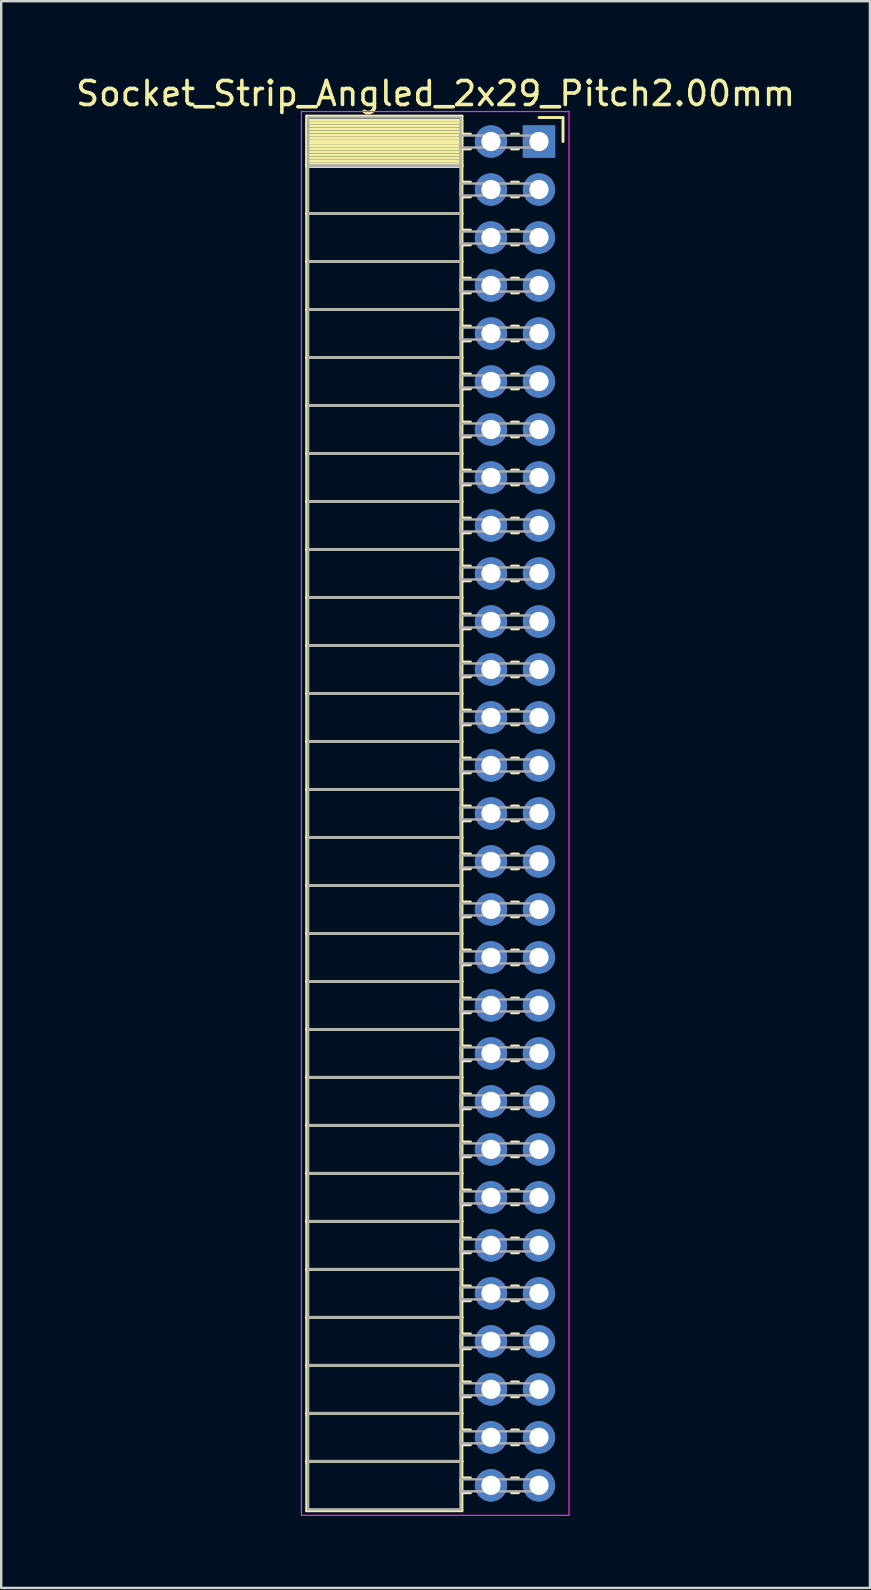
<source format=kicad_pcb>
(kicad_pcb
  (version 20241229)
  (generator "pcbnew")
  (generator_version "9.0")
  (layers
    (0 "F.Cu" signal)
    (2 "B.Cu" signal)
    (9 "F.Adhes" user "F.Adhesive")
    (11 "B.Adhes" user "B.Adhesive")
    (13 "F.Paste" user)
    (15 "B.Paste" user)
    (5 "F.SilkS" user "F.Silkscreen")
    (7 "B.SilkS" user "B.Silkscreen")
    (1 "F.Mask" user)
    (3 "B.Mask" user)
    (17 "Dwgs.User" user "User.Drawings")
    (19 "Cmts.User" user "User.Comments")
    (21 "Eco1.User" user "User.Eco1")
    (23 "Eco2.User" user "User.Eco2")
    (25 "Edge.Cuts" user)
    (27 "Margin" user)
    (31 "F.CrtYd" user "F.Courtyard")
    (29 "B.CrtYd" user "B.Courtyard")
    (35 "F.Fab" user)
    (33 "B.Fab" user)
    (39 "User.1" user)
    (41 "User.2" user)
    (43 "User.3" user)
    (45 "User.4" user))
  (footprint "Socket_Strip_Angled_2x29_Pitch2.00mm"
    (layer "F.Cu")
    (at 19.411 2.848)
    (property "Reference" "Socket_Strip_Angled_2x29_Pitch2.00mm" (at -4.31 -2 0) (layer "F.SilkS") (effects (font (size 1 1) (thickness 0.15))))
    (attr through_hole)
    (fp_line (start -9.68 -1.06) (end -3.21 -1.06) (stroke (width 0.12) (type solid)) (layer "F.SilkS"))
    (fp_line (start -9.68 1) (end -9.68 -1.06) (stroke (width 0.12) (type solid)) (layer "F.SilkS"))
    (fp_line (start -9.68 1) (end -3.21 1) (stroke (width 0.12) (type solid)) (layer "F.SilkS"))
    (fp_line (start -9.68 3) (end -9.68 1) (stroke (width 0.12) (type solid)) (layer "F.SilkS"))
    (fp_line (start -9.68 3) (end -3.21 3) (stroke (width 0.12) (type solid)) (layer "F.SilkS"))
    (fp_line (start -9.68 5) (end -9.68 3) (stroke (width 0.12) (type solid)) (layer "F.SilkS"))
    (fp_line (start -9.68 5) (end -3.21 5) (stroke (width 0.12) (type solid)) (layer "F.SilkS"))
    (fp_line (start -9.68 7) (end -9.68 5) (stroke (width 0.12) (type solid)) (layer "F.SilkS"))
    (fp_line (start -9.68 7) (end -3.21 7) (stroke (width 0.12) (type solid)) (layer "F.SilkS"))
    (fp_line (start -9.68 9) (end -9.68 7) (stroke (width 0.12) (type solid)) (layer "F.SilkS"))
    (fp_line (start -9.68 9) (end -3.21 9) (stroke (width 0.12) (type solid)) (layer "F.SilkS"))
    (fp_line (start -9.68 11) (end -9.68 9) (stroke (width 0.12) (type solid)) (layer "F.SilkS"))
    (fp_line (start -9.68 11) (end -3.21 11) (stroke (width 0.12) (type solid)) (layer "F.SilkS"))
    (fp_line (start -9.68 13) (end -9.68 11) (stroke (width 0.12) (type solid)) (layer "F.SilkS"))
    (fp_line (start -9.68 13) (end -3.21 13) (stroke (width 0.12) (type solid)) (layer "F.SilkS"))
    (fp_line (start -9.68 15) (end -9.68 13) (stroke (width 0.12) (type solid)) (layer "F.SilkS"))
    (fp_line (start -9.68 15) (end -3.21 15) (stroke (width 0.12) (type solid)) (layer "F.SilkS"))
    (fp_line (start -9.68 17) (end -9.68 15) (stroke (width 0.12) (type solid)) (layer "F.SilkS"))
    (fp_line (start -9.68 17) (end -3.21 17) (stroke (width 0.12) (type solid)) (layer "F.SilkS"))
    (fp_line (start -9.68 19) (end -9.68 17) (stroke (width 0.12) (type solid)) (layer "F.SilkS"))
    (fp_line (start -9.68 19) (end -3.21 19) (stroke (width 0.12) (type solid)) (layer "F.SilkS"))
    (fp_line (start -9.68 21) (end -9.68 19) (stroke (width 0.12) (type solid)) (layer "F.SilkS"))
    (fp_line (start -9.68 21) (end -3.21 21) (stroke (width 0.12) (type solid)) (layer "F.SilkS"))
    (fp_line (start -9.68 23) (end -9.68 21) (stroke (width 0.12) (type solid)) (layer "F.SilkS"))
    (fp_line (start -9.68 23) (end -3.21 23) (stroke (width 0.12) (type solid)) (layer "F.SilkS"))
    (fp_line (start -9.68 25) (end -9.68 23) (stroke (width 0.12) (type solid)) (layer "F.SilkS"))
    (fp_line (start -9.68 25) (end -3.21 25) (stroke (width 0.12) (type solid)) (layer "F.SilkS"))
    (fp_line (start -9.68 27) (end -9.68 25) (stroke (width 0.12) (type solid)) (layer "F.SilkS"))
    (fp_line (start -9.68 27) (end -3.21 27) (stroke (width 0.12) (type solid)) (layer "F.SilkS"))
    (fp_line (start -9.68 29) (end -9.68 27) (stroke (width 0.12) (type solid)) (layer "F.SilkS"))
    (fp_line (start -9.68 29) (end -3.21 29) (stroke (width 0.12) (type solid)) (layer "F.SilkS"))
    (fp_line (start -9.68 31) (end -9.68 29) (stroke (width 0.12) (type solid)) (layer "F.SilkS"))
    (fp_line (start -9.68 31) (end -3.21 31) (stroke (width 0.12) (type solid)) (layer "F.SilkS"))
    (fp_line (start -9.68 33) (end -9.68 31) (stroke (width 0.12) (type solid)) (layer "F.SilkS"))
    (fp_line (start -9.68 33) (end -3.21 33) (stroke (width 0.12) (type solid)) (layer "F.SilkS"))
    (fp_line (start -9.68 35) (end -9.68 33) (stroke (width 0.12) (type solid)) (layer "F.SilkS"))
    (fp_line (start -9.68 35) (end -3.21 35) (stroke (width 0.12) (type solid)) (layer "F.SilkS"))
    (fp_line (start -9.68 37) (end -9.68 35) (stroke (width 0.12) (type solid)) (layer "F.SilkS"))
    (fp_line (start -9.68 37) (end -3.21 37) (stroke (width 0.12) (type solid)) (layer "F.SilkS"))
    (fp_line (start -9.68 39) (end -9.68 37) (stroke (width 0.12) (type solid)) (layer "F.SilkS"))
    (fp_line (start -9.68 39) (end -3.21 39) (stroke (width 0.12) (type solid)) (layer "F.SilkS"))
    (fp_line (start -9.68 41) (end -9.68 39) (stroke (width 0.12) (type solid)) (layer "F.SilkS"))
    (fp_line (start -9.68 41) (end -3.21 41) (stroke (width 0.12) (type solid)) (layer "F.SilkS"))
    (fp_line (start -9.68 43) (end -9.68 41) (stroke (width 0.12) (type solid)) (layer "F.SilkS"))
    (fp_line (start -9.68 43) (end -3.21 43) (stroke (width 0.12) (type solid)) (layer "F.SilkS"))
    (fp_line (start -9.68 45) (end -9.68 43) (stroke (width 0.12) (type solid)) (layer "F.SilkS"))
    (fp_line (start -9.68 45) (end -3.21 45) (stroke (width 0.12) (type solid)) (layer "F.SilkS"))
    (fp_line (start -9.68 47) (end -9.68 45) (stroke (width 0.12) (type solid)) (layer "F.SilkS"))
    (fp_line (start -9.68 47) (end -3.21 47) (stroke (width 0.12) (type solid)) (layer "F.SilkS"))
    (fp_line (start -9.68 49) (end -9.68 47) (stroke (width 0.12) (type solid)) (layer "F.SilkS"))
    (fp_line (start -9.68 49) (end -3.21 49) (stroke (width 0.12) (type solid)) (layer "F.SilkS"))
    (fp_line (start -9.68 51) (end -9.68 49) (stroke (width 0.12) (type solid)) (layer "F.SilkS"))
    (fp_line (start -9.68 51) (end -3.21 51) (stroke (width 0.12) (type solid)) (layer "F.SilkS"))
    (fp_line (start -9.68 53) (end -9.68 51) (stroke (width 0.12) (type solid)) (layer "F.SilkS"))
    (fp_line (start -9.68 53) (end -3.21 53) (stroke (width 0.12) (type solid)) (layer "F.SilkS"))
    (fp_line (start -9.68 55) (end -9.68 53) (stroke (width 0.12) (type solid)) (layer "F.SilkS"))
    (fp_line (start -9.68 55) (end -3.21 55) (stroke (width 0.12) (type solid)) (layer "F.SilkS"))
    (fp_line (start -9.68 57.06) (end -9.68 55) (stroke (width 0.12) (type solid)) (layer "F.SilkS"))
    (fp_line (start -3.21 -1.06) (end -3.21 1) (stroke (width 0.12) (type solid)) (layer "F.SilkS"))
    (fp_line (start -3.21 -0.88) (end -9.68 -0.88) (stroke (width 0.12) (type solid)) (layer "F.SilkS"))
    (fp_line (start -3.21 -0.76) (end -9.68 -0.76) (stroke (width 0.12) (type solid)) (layer "F.SilkS"))
    (fp_line (start -3.21 -0.64) (end -9.68 -0.64) (stroke (width 0.12) (type solid)) (layer "F.SilkS"))
    (fp_line (start -3.21 -0.52) (end -9.68 -0.52) (stroke (width 0.12) (type solid)) (layer "F.SilkS"))
    (fp_line (start -3.21 -0.4) (end -9.68 -0.4) (stroke (width 0.12) (type solid)) (layer "F.SilkS"))
    (fp_line (start -3.21 -0.28) (end -9.68 -0.28) (stroke (width 0.12) (type solid)) (layer "F.SilkS"))
    (fp_line (start -3.21 -0.16) (end -9.68 -0.16) (stroke (width 0.12) (type solid)) (layer "F.SilkS"))
    (fp_line (start -3.21 -0.04) (end -9.68 -0.04) (stroke (width 0.12) (type solid)) (layer "F.SilkS"))
    (fp_line (start -3.21 0.08) (end -9.68 0.08) (stroke (width 0.12) (type solid)) (layer "F.SilkS"))
    (fp_line (start -3.21 0.2) (end -9.68 0.2) (stroke (width 0.12) (type solid)) (layer "F.SilkS"))
    (fp_line (start -3.21 0.32) (end -9.68 0.32) (stroke (width 0.12) (type solid)) (layer "F.SilkS"))
    (fp_line (start -3.21 0.44) (end -9.68 0.44) (stroke (width 0.12) (type solid)) (layer "F.SilkS"))
    (fp_line (start -3.21 0.56) (end -9.68 0.56) (stroke (width 0.12) (type solid)) (layer "F.SilkS"))
    (fp_line (start -3.21 0.68) (end -9.68 0.68) (stroke (width 0.12) (type solid)) (layer "F.SilkS"))
    (fp_line (start -3.21 0.8) (end -9.68 0.8) (stroke (width 0.12) (type solid)) (layer "F.SilkS"))
    (fp_line (start -3.21 0.92) (end -9.68 0.92) (stroke (width 0.12) (type solid)) (layer "F.SilkS"))
    (fp_line (start -3.21 1) (end -9.68 1) (stroke (width 0.12) (type solid)) (layer "F.SilkS"))
    (fp_line (start -3.21 1) (end -3.21 3) (stroke (width 0.12) (type solid)) (layer "F.SilkS"))
    (fp_line (start -3.21 1.04) (end -9.68 1.04) (stroke (width 0.12) (type solid)) (layer "F.SilkS"))
    (fp_line (start -3.21 3) (end -9.68 3) (stroke (width 0.12) (type solid)) (layer "F.SilkS"))
    (fp_line (start -3.21 3) (end -3.21 5) (stroke (width 0.12) (type solid)) (layer "F.SilkS"))
    (fp_line (start -3.21 5) (end -9.68 5) (stroke (width 0.12) (type solid)) (layer "F.SilkS"))
    (fp_line (start -3.21 5) (end -3.21 7) (stroke (width 0.12) (type solid)) (layer "F.SilkS"))
    (fp_line (start -3.21 7) (end -9.68 7) (stroke (width 0.12) (type solid)) (layer "F.SilkS"))
    (fp_line (start -3.21 7) (end -3.21 9) (stroke (width 0.12) (type solid)) (layer "F.SilkS"))
    (fp_line (start -3.21 9) (end -9.68 9) (stroke (width 0.12) (type solid)) (layer "F.SilkS"))
    (fp_line (start -3.21 9) (end -3.21 11) (stroke (width 0.12) (type solid)) (layer "F.SilkS"))
    (fp_line (start -3.21 11) (end -9.68 11) (stroke (width 0.12) (type solid)) (layer "F.SilkS"))
    (fp_line (start -3.21 11) (end -3.21 13) (stroke (width 0.12) (type solid)) (layer "F.SilkS"))
    (fp_line (start -3.21 13) (end -9.68 13) (stroke (width 0.12) (type solid)) (layer "F.SilkS"))
    (fp_line (start -3.21 13) (end -3.21 15) (stroke (width 0.12) (type solid)) (layer "F.SilkS"))
    (fp_line (start -3.21 15) (end -9.68 15) (stroke (width 0.12) (type solid)) (layer "F.SilkS"))
    (fp_line (start -3.21 15) (end -3.21 17) (stroke (width 0.12) (type solid)) (layer "F.SilkS"))
    (fp_line (start -3.21 17) (end -9.68 17) (stroke (width 0.12) (type solid)) (layer "F.SilkS"))
    (fp_line (start -3.21 17) (end -3.21 19) (stroke (width 0.12) (type solid)) (layer "F.SilkS"))
    (fp_line (start -3.21 19) (end -9.68 19) (stroke (width 0.12) (type solid)) (layer "F.SilkS"))
    (fp_line (start -3.21 19) (end -3.21 21) (stroke (width 0.12) (type solid)) (layer "F.SilkS"))
    (fp_line (start -3.21 21) (end -9.68 21) (stroke (width 0.12) (type solid)) (layer "F.SilkS"))
    (fp_line (start -3.21 21) (end -3.21 23) (stroke (width 0.12) (type solid)) (layer "F.SilkS"))
    (fp_line (start -3.21 23) (end -9.68 23) (stroke (width 0.12) (type solid)) (layer "F.SilkS"))
    (fp_line (start -3.21 23) (end -3.21 25) (stroke (width 0.12) (type solid)) (layer "F.SilkS"))
    (fp_line (start -3.21 25) (end -9.68 25) (stroke (width 0.12) (type solid)) (layer "F.SilkS"))
    (fp_line (start -3.21 25) (end -3.21 27) (stroke (width 0.12) (type solid)) (layer "F.SilkS"))
    (fp_line (start -3.21 27) (end -9.68 27) (stroke (width 0.12) (type solid)) (layer "F.SilkS"))
    (fp_line (start -3.21 27) (end -3.21 29) (stroke (width 0.12) (type solid)) (layer "F.SilkS"))
    (fp_line (start -3.21 29) (end -9.68 29) (stroke (width 0.12) (type solid)) (layer "F.SilkS"))
    (fp_line (start -3.21 29) (end -3.21 31) (stroke (width 0.12) (type solid)) (layer "F.SilkS"))
    (fp_line (start -3.21 31) (end -9.68 31) (stroke (width 0.12) (type solid)) (layer "F.SilkS"))
    (fp_line (start -3.21 31) (end -3.21 33) (stroke (width 0.12) (type solid)) (layer "F.SilkS"))
    (fp_line (start -3.21 33) (end -9.68 33) (stroke (width 0.12) (type solid)) (layer "F.SilkS"))
    (fp_line (start -3.21 33) (end -3.21 35) (stroke (width 0.12) (type solid)) (layer "F.SilkS"))
    (fp_line (start -3.21 35) (end -9.68 35) (stroke (width 0.12) (type solid)) (layer "F.SilkS"))
    (fp_line (start -3.21 35) (end -3.21 37) (stroke (width 0.12) (type solid)) (layer "F.SilkS"))
    (fp_line (start -3.21 37) (end -9.68 37) (stroke (width 0.12) (type solid)) (layer "F.SilkS"))
    (fp_line (start -3.21 37) (end -3.21 39) (stroke (width 0.12) (type solid)) (layer "F.SilkS"))
    (fp_line (start -3.21 39) (end -9.68 39) (stroke (width 0.12) (type solid)) (layer "F.SilkS"))
    (fp_line (start -3.21 39) (end -3.21 41) (stroke (width 0.12) (type solid)) (layer "F.SilkS"))
    (fp_line (start -3.21 41) (end -9.68 41) (stroke (width 0.12) (type solid)) (layer "F.SilkS"))
    (fp_line (start -3.21 41) (end -3.21 43) (stroke (width 0.12) (type solid)) (layer "F.SilkS"))
    (fp_line (start -3.21 43) (end -9.68 43) (stroke (width 0.12) (type solid)) (layer "F.SilkS"))
    (fp_line (start -3.21 43) (end -3.21 45) (stroke (width 0.12) (type solid)) (layer "F.SilkS"))
    (fp_line (start -3.21 45) (end -9.68 45) (stroke (width 0.12) (type solid)) (layer "F.SilkS"))
    (fp_line (start -3.21 45) (end -3.21 47) (stroke (width 0.12) (type solid)) (layer "F.SilkS"))
    (fp_line (start -3.21 47) (end -9.68 47) (stroke (width 0.12) (type solid)) (layer "F.SilkS"))
    (fp_line (start -3.21 47) (end -3.21 49) (stroke (width 0.12) (type solid)) (layer "F.SilkS"))
    (fp_line (start -3.21 49) (end -9.68 49) (stroke (width 0.12) (type solid)) (layer "F.SilkS"))
    (fp_line (start -3.21 49) (end -3.21 51) (stroke (width 0.12) (type solid)) (layer "F.SilkS"))
    (fp_line (start -3.21 51) (end -9.68 51) (stroke (width 0.12) (type solid)) (layer "F.SilkS"))
    (fp_line (start -3.21 51) (end -3.21 53) (stroke (width 0.12) (type solid)) (layer "F.SilkS"))
    (fp_line (start -3.21 53) (end -9.68 53) (stroke (width 0.12) (type solid)) (layer "F.SilkS"))
    (fp_line (start -3.21 53) (end -3.21 55) (stroke (width 0.12) (type solid)) (layer "F.SilkS"))
    (fp_line (start -3.21 55) (end -9.68 55) (stroke (width 0.12) (type solid)) (layer "F.SilkS"))
    (fp_line (start -3.21 55) (end -3.21 57.06) (stroke (width 0.12) (type solid)) (layer "F.SilkS"))
    (fp_line (start -3.21 57.06) (end -9.68 57.06) (stroke (width 0.12) (type solid)) (layer "F.SilkS"))
    (fp_line (start -2.855 -0.31) (end -3.21 -0.31) (stroke (width 0.12) (type solid)) (layer "F.SilkS"))
    (fp_line (start -2.855 0.31) (end -3.21 0.31) (stroke (width 0.12) (type solid)) (layer "F.SilkS"))
    (fp_line (start -2.855 1.69) (end -3.21 1.69) (stroke (width 0.12) (type solid)) (layer "F.SilkS"))
    (fp_line (start -2.855 2.31) (end -3.21 2.31) (stroke (width 0.12) (type solid)) (layer "F.SilkS"))
    (fp_line (start -2.855 3.69) (end -3.21 3.69) (stroke (width 0.12) (type solid)) (layer "F.SilkS"))
    (fp_line (start -2.855 4.31) (end -3.21 4.31) (stroke (width 0.12) (type solid)) (layer "F.SilkS"))
    (fp_line (start -2.855 5.69) (end -3.21 5.69) (stroke (width 0.12) (type solid)) (layer "F.SilkS"))
    (fp_line (start -2.855 6.31) (end -3.21 6.31) (stroke (width 0.12) (type solid)) (layer "F.SilkS"))
    (fp_line (start -2.855 7.69) (end -3.21 7.69) (stroke (width 0.12) (type solid)) (layer "F.SilkS"))
    (fp_line (start -2.855 8.31) (end -3.21 8.31) (stroke (width 0.12) (type solid)) (layer "F.SilkS"))
    (fp_line (start -2.855 9.69) (end -3.21 9.69) (stroke (width 0.12) (type solid)) (layer "F.SilkS"))
    (fp_line (start -2.855 10.31) (end -3.21 10.31) (stroke (width 0.12) (type solid)) (layer "F.SilkS"))
    (fp_line (start -2.855 11.69) (end -3.21 11.69) (stroke (width 0.12) (type solid)) (layer "F.SilkS"))
    (fp_line (start -2.855 12.31) (end -3.21 12.31) (stroke (width 0.12) (type solid)) (layer "F.SilkS"))
    (fp_line (start -2.855 13.69) (end -3.21 13.69) (stroke (width 0.12) (type solid)) (layer "F.SilkS"))
    (fp_line (start -2.855 14.31) (end -3.21 14.31) (stroke (width 0.12) (type solid)) (layer "F.SilkS"))
    (fp_line (start -2.855 15.69) (end -3.21 15.69) (stroke (width 0.12) (type solid)) (layer "F.SilkS"))
    (fp_line (start -2.855 16.31) (end -3.21 16.31) (stroke (width 0.12) (type solid)) (layer "F.SilkS"))
    (fp_line (start -2.855 17.69) (end -3.21 17.69) (stroke (width 0.12) (type solid)) (layer "F.SilkS"))
    (fp_line (start -2.855 18.31) (end -3.21 18.31) (stroke (width 0.12) (type solid)) (layer "F.SilkS"))
    (fp_line (start -2.855 19.69) (end -3.21 19.69) (stroke (width 0.12) (type solid)) (layer "F.SilkS"))
    (fp_line (start -2.855 20.31) (end -3.21 20.31) (stroke (width 0.12) (type solid)) (layer "F.SilkS"))
    (fp_line (start -2.855 21.69) (end -3.21 21.69) (stroke (width 0.12) (type solid)) (layer "F.SilkS"))
    (fp_line (start -2.855 22.31) (end -3.21 22.31) (stroke (width 0.12) (type solid)) (layer "F.SilkS"))
    (fp_line (start -2.855 23.69) (end -3.21 23.69) (stroke (width 0.12) (type solid)) (layer "F.SilkS"))
    (fp_line (start -2.855 24.31) (end -3.21 24.31) (stroke (width 0.12) (type solid)) (layer "F.SilkS"))
    (fp_line (start -2.855 25.69) (end -3.21 25.69) (stroke (width 0.12) (type solid)) (layer "F.SilkS"))
    (fp_line (start -2.855 26.31) (end -3.21 26.31) (stroke (width 0.12) (type solid)) (layer "F.SilkS"))
    (fp_line (start -2.855 27.69) (end -3.21 27.69) (stroke (width 0.12) (type solid)) (layer "F.SilkS"))
    (fp_line (start -2.855 28.31) (end -3.21 28.31) (stroke (width 0.12) (type solid)) (layer "F.SilkS"))
    (fp_line (start -2.855 29.69) (end -3.21 29.69) (stroke (width 0.12) (type solid)) (layer "F.SilkS"))
    (fp_line (start -2.855 30.31) (end -3.21 30.31) (stroke (width 0.12) (type solid)) (layer "F.SilkS"))
    (fp_line (start -2.855 31.69) (end -3.21 31.69) (stroke (width 0.12) (type solid)) (layer "F.SilkS"))
    (fp_line (start -2.855 32.31) (end -3.21 32.31) (stroke (width 0.12) (type solid)) (layer "F.SilkS"))
    (fp_line (start -2.855 33.69) (end -3.21 33.69) (stroke (width 0.12) (type solid)) (layer "F.SilkS"))
    (fp_line (start -2.855 34.31) (end -3.21 34.31) (stroke (width 0.12) (type solid)) (layer "F.SilkS"))
    (fp_line (start -2.855 35.69) (end -3.21 35.69) (stroke (width 0.12) (type solid)) (layer "F.SilkS"))
    (fp_line (start -2.855 36.31) (end -3.21 36.31) (stroke (width 0.12) (type solid)) (layer "F.SilkS"))
    (fp_line (start -2.855 37.69) (end -3.21 37.69) (stroke (width 0.12) (type solid)) (layer "F.SilkS"))
    (fp_line (start -2.855 38.31) (end -3.21 38.31) (stroke (width 0.12) (type solid)) (layer "F.SilkS"))
    (fp_line (start -2.855 39.69) (end -3.21 39.69) (stroke (width 0.12) (type solid)) (layer "F.SilkS"))
    (fp_line (start -2.855 40.31) (end -3.21 40.31) (stroke (width 0.12) (type solid)) (layer "F.SilkS"))
    (fp_line (start -2.855 41.69) (end -3.21 41.69) (stroke (width 0.12) (type solid)) (layer "F.SilkS"))
    (fp_line (start -2.855 42.31) (end -3.21 42.31) (stroke (width 0.12) (type solid)) (layer "F.SilkS"))
    (fp_line (start -2.855 43.69) (end -3.21 43.69) (stroke (width 0.12) (type solid)) (layer "F.SilkS"))
    (fp_line (start -2.855 44.31) (end -3.21 44.31) (stroke (width 0.12) (type solid)) (layer "F.SilkS"))
    (fp_line (start -2.855 45.69) (end -3.21 45.69) (stroke (width 0.12) (type solid)) (layer "F.SilkS"))
    (fp_line (start -2.855 46.31) (end -3.21 46.31) (stroke (width 0.12) (type solid)) (layer "F.SilkS"))
    (fp_line (start -2.855 47.69) (end -3.21 47.69) (stroke (width 0.12) (type solid)) (layer "F.SilkS"))
    (fp_line (start -2.855 48.31) (end -3.21 48.31) (stroke (width 0.12) (type solid)) (layer "F.SilkS"))
    (fp_line (start -2.855 49.69) (end -3.21 49.69) (stroke (width 0.12) (type solid)) (layer "F.SilkS"))
    (fp_line (start -2.855 50.31) (end -3.21 50.31) (stroke (width 0.12) (type solid)) (layer "F.SilkS"))
    (fp_line (start -2.855 51.69) (end -3.21 51.69) (stroke (width 0.12) (type solid)) (layer "F.SilkS"))
    (fp_line (start -2.855 52.31) (end -3.21 52.31) (stroke (width 0.12) (type solid)) (layer "F.SilkS"))
    (fp_line (start -2.855 53.69) (end -3.21 53.69) (stroke (width 0.12) (type solid)) (layer "F.SilkS"))
    (fp_line (start -2.855 54.31) (end -3.21 54.31) (stroke (width 0.12) (type solid)) (layer "F.SilkS"))
    (fp_line (start -2.855 55.69) (end -3.21 55.69) (stroke (width 0.12) (type solid)) (layer "F.SilkS"))
    (fp_line (start -2.855 56.31) (end -3.21 56.31) (stroke (width 0.12) (type solid)) (layer "F.SilkS"))
    (fp_line (start -0.855 -0.31) (end -1.145 -0.31) (stroke (width 0.12) (type solid)) (layer "F.SilkS"))
    (fp_line (start -0.855 0.31) (end -1.145 0.31) (stroke (width 0.12) (type solid)) (layer "F.SilkS"))
    (fp_line (start -0.855 1.69) (end -1.145 1.69) (stroke (width 0.12) (type solid)) (layer "F.SilkS"))
    (fp_line (start -0.855 2.31) (end -1.145 2.31) (stroke (width 0.12) (type solid)) (layer "F.SilkS"))
    (fp_line (start -0.855 3.69) (end -1.145 3.69) (stroke (width 0.12) (type solid)) (layer "F.SilkS"))
    (fp_line (start -0.855 4.31) (end -1.145 4.31) (stroke (width 0.12) (type solid)) (layer "F.SilkS"))
    (fp_line (start -0.855 5.69) (end -1.145 5.69) (stroke (width 0.12) (type solid)) (layer "F.SilkS"))
    (fp_line (start -0.855 6.31) (end -1.145 6.31) (stroke (width 0.12) (type solid)) (layer "F.SilkS"))
    (fp_line (start -0.855 7.69) (end -1.145 7.69) (stroke (width 0.12) (type solid)) (layer "F.SilkS"))
    (fp_line (start -0.855 8.31) (end -1.145 8.31) (stroke (width 0.12) (type solid)) (layer "F.SilkS"))
    (fp_line (start -0.855 9.69) (end -1.145 9.69) (stroke (width 0.12) (type solid)) (layer "F.SilkS"))
    (fp_line (start -0.855 10.31) (end -1.145 10.31) (stroke (width 0.12) (type solid)) (layer "F.SilkS"))
    (fp_line (start -0.855 11.69) (end -1.145 11.69) (stroke (width 0.12) (type solid)) (layer "F.SilkS"))
    (fp_line (start -0.855 12.31) (end -1.145 12.31) (stroke (width 0.12) (type solid)) (layer "F.SilkS"))
    (fp_line (start -0.855 13.69) (end -1.145 13.69) (stroke (width 0.12) (type solid)) (layer "F.SilkS"))
    (fp_line (start -0.855 14.31) (end -1.145 14.31) (stroke (width 0.12) (type solid)) (layer "F.SilkS"))
    (fp_line (start -0.855 15.69) (end -1.145 15.69) (stroke (width 0.12) (type solid)) (layer "F.SilkS"))
    (fp_line (start -0.855 16.31) (end -1.145 16.31) (stroke (width 0.12) (type solid)) (layer "F.SilkS"))
    (fp_line (start -0.855 17.69) (end -1.145 17.69) (stroke (width 0.12) (type solid)) (layer "F.SilkS"))
    (fp_line (start -0.855 18.31) (end -1.145 18.31) (stroke (width 0.12) (type solid)) (layer "F.SilkS"))
    (fp_line (start -0.855 19.69) (end -1.145 19.69) (stroke (width 0.12) (type solid)) (layer "F.SilkS"))
    (fp_line (start -0.855 20.31) (end -1.145 20.31) (stroke (width 0.12) (type solid)) (layer "F.SilkS"))
    (fp_line (start -0.855 21.69) (end -1.145 21.69) (stroke (width 0.12) (type solid)) (layer "F.SilkS"))
    (fp_line (start -0.855 22.31) (end -1.145 22.31) (stroke (width 0.12) (type solid)) (layer "F.SilkS"))
    (fp_line (start -0.855 23.69) (end -1.145 23.69) (stroke (width 0.12) (type solid)) (layer "F.SilkS"))
    (fp_line (start -0.855 24.31) (end -1.145 24.31) (stroke (width 0.12) (type solid)) (layer "F.SilkS"))
    (fp_line (start -0.855 25.69) (end -1.145 25.69) (stroke (width 0.12) (type solid)) (layer "F.SilkS"))
    (fp_line (start -0.855 26.31) (end -1.145 26.31) (stroke (width 0.12) (type solid)) (layer "F.SilkS"))
    (fp_line (start -0.855 27.69) (end -1.145 27.69) (stroke (width 0.12) (type solid)) (layer "F.SilkS"))
    (fp_line (start -0.855 28.31) (end -1.145 28.31) (stroke (width 0.12) (type solid)) (layer "F.SilkS"))
    (fp_line (start -0.855 29.69) (end -1.145 29.69) (stroke (width 0.12) (type solid)) (layer "F.SilkS"))
    (fp_line (start -0.855 30.31) (end -1.145 30.31) (stroke (width 0.12) (type solid)) (layer "F.SilkS"))
    (fp_line (start -0.855 31.69) (end -1.145 31.69) (stroke (width 0.12) (type solid)) (layer "F.SilkS"))
    (fp_line (start -0.855 32.31) (end -1.145 32.31) (stroke (width 0.12) (type solid)) (layer "F.SilkS"))
    (fp_line (start -0.855 33.69) (end -1.145 33.69) (stroke (width 0.12) (type solid)) (layer "F.SilkS"))
    (fp_line (start -0.855 34.31) (end -1.145 34.31) (stroke (width 0.12) (type solid)) (layer "F.SilkS"))
    (fp_line (start -0.855 35.69) (end -1.145 35.69) (stroke (width 0.12) (type solid)) (layer "F.SilkS"))
    (fp_line (start -0.855 36.31) (end -1.145 36.31) (stroke (width 0.12) (type solid)) (layer "F.SilkS"))
    (fp_line (start -0.855 37.69) (end -1.145 37.69) (stroke (width 0.12) (type solid)) (layer "F.SilkS"))
    (fp_line (start -0.855 38.31) (end -1.145 38.31) (stroke (width 0.12) (type solid)) (layer "F.SilkS"))
    (fp_line (start -0.855 39.69) (end -1.145 39.69) (stroke (width 0.12) (type solid)) (layer "F.SilkS"))
    (fp_line (start -0.855 40.31) (end -1.145 40.31) (stroke (width 0.12) (type solid)) (layer "F.SilkS"))
    (fp_line (start -0.855 41.69) (end -1.145 41.69) (stroke (width 0.12) (type solid)) (layer "F.SilkS"))
    (fp_line (start -0.855 42.31) (end -1.145 42.31) (stroke (width 0.12) (type solid)) (layer "F.SilkS"))
    (fp_line (start -0.855 43.69) (end -1.145 43.69) (stroke (width 0.12) (type solid)) (layer "F.SilkS"))
    (fp_line (start -0.855 44.31) (end -1.145 44.31) (stroke (width 0.12) (type solid)) (layer "F.SilkS"))
    (fp_line (start -0.855 45.69) (end -1.145 45.69) (stroke (width 0.12) (type solid)) (layer "F.SilkS"))
    (fp_line (start -0.855 46.31) (end -1.145 46.31) (stroke (width 0.12) (type solid)) (layer "F.SilkS"))
    (fp_line (start -0.855 47.69) (end -1.145 47.69) (stroke (width 0.12) (type solid)) (layer "F.SilkS"))
    (fp_line (start -0.855 48.31) (end -1.145 48.31) (stroke (width 0.12) (type solid)) (layer "F.SilkS"))
    (fp_line (start -0.855 49.69) (end -1.145 49.69) (stroke (width 0.12) (type solid)) (layer "F.SilkS"))
    (fp_line (start -0.855 50.31) (end -1.145 50.31) (stroke (width 0.12) (type solid)) (layer "F.SilkS"))
    (fp_line (start -0.855 51.69) (end -1.145 51.69) (stroke (width 0.12) (type solid)) (layer "F.SilkS"))
    (fp_line (start -0.855 52.31) (end -1.145 52.31) (stroke (width 0.12) (type solid)) (layer "F.SilkS"))
    (fp_line (start -0.855 53.69) (end -1.145 53.69) (stroke (width 0.12) (type solid)) (layer "F.SilkS"))
    (fp_line (start -0.855 54.31) (end -1.145 54.31) (stroke (width 0.12) (type solid)) (layer "F.SilkS"))
    (fp_line (start -0.855 55.69) (end -1.145 55.69) (stroke (width 0.12) (type solid)) (layer "F.SilkS"))
    (fp_line (start -0.855 56.31) (end -1.145 56.31) (stroke (width 0.12) (type solid)) (layer "F.SilkS"))
    (fp_line (start 0 -1) (end 1 -1) (stroke (width 0.12) (type solid)) (layer "F.SilkS"))
    (fp_line (start 1 -1) (end 1 0) (stroke (width 0.12) (type solid)) (layer "F.SilkS"))
    (fp_line (start -9.9 -1.25) (end 1.25 -1.25) (stroke (width 0.05) (type solid)) (layer "F.CrtYd"))
    (fp_line (start -9.9 57.25) (end -9.9 -1.25) (stroke (width 0.05) (type solid)) (layer "F.CrtYd"))
    (fp_line (start 1.25 -1.25) (end 1.25 57.25) (stroke (width 0.05) (type solid)) (layer "F.CrtYd"))
    (fp_line (start 1.25 57.25) (end -9.9 57.25) (stroke (width 0.05) (type solid)) (layer "F.CrtYd"))
    (fp_line (start -9.62 -1) (end -3.27 -1) (stroke (width 0.1) (type solid)) (layer "F.Fab"))
    (fp_line (start -9.62 1) (end -9.62 -1) (stroke (width 0.1) (type solid)) (layer "F.Fab"))
    (fp_line (start -9.62 1) (end -3.27 1) (stroke (width 0.1) (type solid)) (layer "F.Fab"))
    (fp_line (start -9.62 3) (end -9.62 1) (stroke (width 0.1) (type solid)) (layer "F.Fab"))
    (fp_line (start -9.62 3) (end -3.27 3) (stroke (width 0.1) (type solid)) (layer "F.Fab"))
    (fp_line (start -9.62 5) (end -9.62 3) (stroke (width 0.1) (type solid)) (layer "F.Fab"))
    (fp_line (start -9.62 5) (end -3.27 5) (stroke (width 0.1) (type solid)) (layer "F.Fab"))
    (fp_line (start -9.62 7) (end -9.62 5) (stroke (width 0.1) (type solid)) (layer "F.Fab"))
    (fp_line (start -9.62 7) (end -3.27 7) (stroke (width 0.1) (type solid)) (layer "F.Fab"))
    (fp_line (start -9.62 9) (end -9.62 7) (stroke (width 0.1) (type solid)) (layer "F.Fab"))
    (fp_line (start -9.62 9) (end -3.27 9) (stroke (width 0.1) (type solid)) (layer "F.Fab"))
    (fp_line (start -9.62 11) (end -9.62 9) (stroke (width 0.1) (type solid)) (layer "F.Fab"))
    (fp_line (start -9.62 11) (end -3.27 11) (stroke (width 0.1) (type solid)) (layer "F.Fab"))
    (fp_line (start -9.62 13) (end -9.62 11) (stroke (width 0.1) (type solid)) (layer "F.Fab"))
    (fp_line (start -9.62 13) (end -3.27 13) (stroke (width 0.1) (type solid)) (layer "F.Fab"))
    (fp_line (start -9.62 15) (end -9.62 13) (stroke (width 0.1) (type solid)) (layer "F.Fab"))
    (fp_line (start -9.62 15) (end -3.27 15) (stroke (width 0.1) (type solid)) (layer "F.Fab"))
    (fp_line (start -9.62 17) (end -9.62 15) (stroke (width 0.1) (type solid)) (layer "F.Fab"))
    (fp_line (start -9.62 17) (end -3.27 17) (stroke (width 0.1) (type solid)) (layer "F.Fab"))
    (fp_line (start -9.62 19) (end -9.62 17) (stroke (width 0.1) (type solid)) (layer "F.Fab"))
    (fp_line (start -9.62 19) (end -3.27 19) (stroke (width 0.1) (type solid)) (layer "F.Fab"))
    (fp_line (start -9.62 21) (end -9.62 19) (stroke (width 0.1) (type solid)) (layer "F.Fab"))
    (fp_line (start -9.62 21) (end -3.27 21) (stroke (width 0.1) (type solid)) (layer "F.Fab"))
    (fp_line (start -9.62 23) (end -9.62 21) (stroke (width 0.1) (type solid)) (layer "F.Fab"))
    (fp_line (start -9.62 23) (end -3.27 23) (stroke (width 0.1) (type solid)) (layer "F.Fab"))
    (fp_line (start -9.62 25) (end -9.62 23) (stroke (width 0.1) (type solid)) (layer "F.Fab"))
    (fp_line (start -9.62 25) (end -3.27 25) (stroke (width 0.1) (type solid)) (layer "F.Fab"))
    (fp_line (start -9.62 27) (end -9.62 25) (stroke (width 0.1) (type solid)) (layer "F.Fab"))
    (fp_line (start -9.62 27) (end -3.27 27) (stroke (width 0.1) (type solid)) (layer "F.Fab"))
    (fp_line (start -9.62 29) (end -9.62 27) (stroke (width 0.1) (type solid)) (layer "F.Fab"))
    (fp_line (start -9.62 29) (end -3.27 29) (stroke (width 0.1) (type solid)) (layer "F.Fab"))
    (fp_line (start -9.62 31) (end -9.62 29) (stroke (width 0.1) (type solid)) (layer "F.Fab"))
    (fp_line (start -9.62 31) (end -3.27 31) (stroke (width 0.1) (type solid)) (layer "F.Fab"))
    (fp_line (start -9.62 33) (end -9.62 31) (stroke (width 0.1) (type solid)) (layer "F.Fab"))
    (fp_line (start -9.62 33) (end -3.27 33) (stroke (width 0.1) (type solid)) (layer "F.Fab"))
    (fp_line (start -9.62 35) (end -9.62 33) (stroke (width 0.1) (type solid)) (layer "F.Fab"))
    (fp_line (start -9.62 35) (end -3.27 35) (stroke (width 0.1) (type solid)) (layer "F.Fab"))
    (fp_line (start -9.62 37) (end -9.62 35) (stroke (width 0.1) (type solid)) (layer "F.Fab"))
    (fp_line (start -9.62 37) (end -3.27 37) (stroke (width 0.1) (type solid)) (layer "F.Fab"))
    (fp_line (start -9.62 39) (end -9.62 37) (stroke (width 0.1) (type solid)) (layer "F.Fab"))
    (fp_line (start -9.62 39) (end -3.27 39) (stroke (width 0.1) (type solid)) (layer "F.Fab"))
    (fp_line (start -9.62 41) (end -9.62 39) (stroke (width 0.1) (type solid)) (layer "F.Fab"))
    (fp_line (start -9.62 41) (end -3.27 41) (stroke (width 0.1) (type solid)) (layer "F.Fab"))
    (fp_line (start -9.62 43) (end -9.62 41) (stroke (width 0.1) (type solid)) (layer "F.Fab"))
    (fp_line (start -9.62 43) (end -3.27 43) (stroke (width 0.1) (type solid)) (layer "F.Fab"))
    (fp_line (start -9.62 45) (end -9.62 43) (stroke (width 0.1) (type solid)) (layer "F.Fab"))
    (fp_line (start -9.62 45) (end -3.27 45) (stroke (width 0.1) (type solid)) (layer "F.Fab"))
    (fp_line (start -9.62 47) (end -9.62 45) (stroke (width 0.1) (type solid)) (layer "F.Fab"))
    (fp_line (start -9.62 47) (end -3.27 47) (stroke (width 0.1) (type solid)) (layer "F.Fab"))
    (fp_line (start -9.62 49) (end -9.62 47) (stroke (width 0.1) (type solid)) (layer "F.Fab"))
    (fp_line (start -9.62 49) (end -3.27 49) (stroke (width 0.1) (type solid)) (layer "F.Fab"))
    (fp_line (start -9.62 51) (end -9.62 49) (stroke (width 0.1) (type solid)) (layer "F.Fab"))
    (fp_line (start -9.62 51) (end -3.27 51) (stroke (width 0.1) (type solid)) (layer "F.Fab"))
    (fp_line (start -9.62 53) (end -9.62 51) (stroke (width 0.1) (type solid)) (layer "F.Fab"))
    (fp_line (start -9.62 53) (end -3.27 53) (stroke (width 0.1) (type solid)) (layer "F.Fab"))
    (fp_line (start -9.62 55) (end -9.62 53) (stroke (width 0.1) (type solid)) (layer "F.Fab"))
    (fp_line (start -9.62 55) (end -3.27 55) (stroke (width 0.1) (type solid)) (layer "F.Fab"))
    (fp_line (start -9.62 57) (end -9.62 55) (stroke (width 0.1) (type solid)) (layer "F.Fab"))
    (fp_line (start -3.27 -1) (end -3.27 1) (stroke (width 0.1) (type solid)) (layer "F.Fab"))
    (fp_line (start -3.27 -0.25) (end 0 -0.25) (stroke (width 0.1) (type solid)) (layer "F.Fab"))
    (fp_line (start -3.27 0.25) (end -3.27 -0.25) (stroke (width 0.1) (type solid)) (layer "F.Fab"))
    (fp_line (start -3.27 1) (end -9.62 1) (stroke (width 0.1) (type solid)) (layer "F.Fab"))
    (fp_line (start -3.27 1) (end -3.27 3) (stroke (width 0.1) (type solid)) (layer "F.Fab"))
    (fp_line (start -3.27 1.75) (end 0 1.75) (stroke (width 0.1) (type solid)) (layer "F.Fab"))
    (fp_line (start -3.27 2.25) (end -3.27 1.75) (stroke (width 0.1) (type solid)) (layer "F.Fab"))
    (fp_line (start -3.27 3) (end -9.62 3) (stroke (width 0.1) (type solid)) (layer "F.Fab"))
    (fp_line (start -3.27 3) (end -3.27 5) (stroke (width 0.1) (type solid)) (layer "F.Fab"))
    (fp_line (start -3.27 3.75) (end 0 3.75) (stroke (width 0.1) (type solid)) (layer "F.Fab"))
    (fp_line (start -3.27 4.25) (end -3.27 3.75) (stroke (width 0.1) (type solid)) (layer "F.Fab"))
    (fp_line (start -3.27 5) (end -9.62 5) (stroke (width 0.1) (type solid)) (layer "F.Fab"))
    (fp_line (start -3.27 5) (end -3.27 7) (stroke (width 0.1) (type solid)) (layer "F.Fab"))
    (fp_line (start -3.27 5.75) (end 0 5.75) (stroke (width 0.1) (type solid)) (layer "F.Fab"))
    (fp_line (start -3.27 6.25) (end -3.27 5.75) (stroke (width 0.1) (type solid)) (layer "F.Fab"))
    (fp_line (start -3.27 7) (end -9.62 7) (stroke (width 0.1) (type solid)) (layer "F.Fab"))
    (fp_line (start -3.27 7) (end -3.27 9) (stroke (width 0.1) (type solid)) (layer "F.Fab"))
    (fp_line (start -3.27 7.75) (end 0 7.75) (stroke (width 0.1) (type solid)) (layer "F.Fab"))
    (fp_line (start -3.27 8.25) (end -3.27 7.75) (stroke (width 0.1) (type solid)) (layer "F.Fab"))
    (fp_line (start -3.27 9) (end -9.62 9) (stroke (width 0.1) (type solid)) (layer "F.Fab"))
    (fp_line (start -3.27 9) (end -3.27 11) (stroke (width 0.1) (type solid)) (layer "F.Fab"))
    (fp_line (start -3.27 9.75) (end 0 9.75) (stroke (width 0.1) (type solid)) (layer "F.Fab"))
    (fp_line (start -3.27 10.25) (end -3.27 9.75) (stroke (width 0.1) (type solid)) (layer "F.Fab"))
    (fp_line (start -3.27 11) (end -9.62 11) (stroke (width 0.1) (type solid)) (layer "F.Fab"))
    (fp_line (start -3.27 11) (end -3.27 13) (stroke (width 0.1) (type solid)) (layer "F.Fab"))
    (fp_line (start -3.27 11.75) (end 0 11.75) (stroke (width 0.1) (type solid)) (layer "F.Fab"))
    (fp_line (start -3.27 12.25) (end -3.27 11.75) (stroke (width 0.1) (type solid)) (layer "F.Fab"))
    (fp_line (start -3.27 13) (end -9.62 13) (stroke (width 0.1) (type solid)) (layer "F.Fab"))
    (fp_line (start -3.27 13) (end -3.27 15) (stroke (width 0.1) (type solid)) (layer "F.Fab"))
    (fp_line (start -3.27 13.75) (end 0 13.75) (stroke (width 0.1) (type solid)) (layer "F.Fab"))
    (fp_line (start -3.27 14.25) (end -3.27 13.75) (stroke (width 0.1) (type solid)) (layer "F.Fab"))
    (fp_line (start -3.27 15) (end -9.62 15) (stroke (width 0.1) (type solid)) (layer "F.Fab"))
    (fp_line (start -3.27 15) (end -3.27 17) (stroke (width 0.1) (type solid)) (layer "F.Fab"))
    (fp_line (start -3.27 15.75) (end 0 15.75) (stroke (width 0.1) (type solid)) (layer "F.Fab"))
    (fp_line (start -3.27 16.25) (end -3.27 15.75) (stroke (width 0.1) (type solid)) (layer "F.Fab"))
    (fp_line (start -3.27 17) (end -9.62 17) (stroke (width 0.1) (type solid)) (layer "F.Fab"))
    (fp_line (start -3.27 17) (end -3.27 19) (stroke (width 0.1) (type solid)) (layer "F.Fab"))
    (fp_line (start -3.27 17.75) (end 0 17.75) (stroke (width 0.1) (type solid)) (layer "F.Fab"))
    (fp_line (start -3.27 18.25) (end -3.27 17.75) (stroke (width 0.1) (type solid)) (layer "F.Fab"))
    (fp_line (start -3.27 19) (end -9.62 19) (stroke (width 0.1) (type solid)) (layer "F.Fab"))
    (fp_line (start -3.27 19) (end -3.27 21) (stroke (width 0.1) (type solid)) (layer "F.Fab"))
    (fp_line (start -3.27 19.75) (end 0 19.75) (stroke (width 0.1) (type solid)) (layer "F.Fab"))
    (fp_line (start -3.27 20.25) (end -3.27 19.75) (stroke (width 0.1) (type solid)) (layer "F.Fab"))
    (fp_line (start -3.27 21) (end -9.62 21) (stroke (width 0.1) (type solid)) (layer "F.Fab"))
    (fp_line (start -3.27 21) (end -3.27 23) (stroke (width 0.1) (type solid)) (layer "F.Fab"))
    (fp_line (start -3.27 21.75) (end 0 21.75) (stroke (width 0.1) (type solid)) (layer "F.Fab"))
    (fp_line (start -3.27 22.25) (end -3.27 21.75) (stroke (width 0.1) (type solid)) (layer "F.Fab"))
    (fp_line (start -3.27 23) (end -9.62 23) (stroke (width 0.1) (type solid)) (layer "F.Fab"))
    (fp_line (start -3.27 23) (end -3.27 25) (stroke (width 0.1) (type solid)) (layer "F.Fab"))
    (fp_line (start -3.27 23.75) (end 0 23.75) (stroke (width 0.1) (type solid)) (layer "F.Fab"))
    (fp_line (start -3.27 24.25) (end -3.27 23.75) (stroke (width 0.1) (type solid)) (layer "F.Fab"))
    (fp_line (start -3.27 25) (end -9.62 25) (stroke (width 0.1) (type solid)) (layer "F.Fab"))
    (fp_line (start -3.27 25) (end -3.27 27) (stroke (width 0.1) (type solid)) (layer "F.Fab"))
    (fp_line (start -3.27 25.75) (end 0 25.75) (stroke (width 0.1) (type solid)) (layer "F.Fab"))
    (fp_line (start -3.27 26.25) (end -3.27 25.75) (stroke (width 0.1) (type solid)) (layer "F.Fab"))
    (fp_line (start -3.27 27) (end -9.62 27) (stroke (width 0.1) (type solid)) (layer "F.Fab"))
    (fp_line (start -3.27 27) (end -3.27 29) (stroke (width 0.1) (type solid)) (layer "F.Fab"))
    (fp_line (start -3.27 27.75) (end 0 27.75) (stroke (width 0.1) (type solid)) (layer "F.Fab"))
    (fp_line (start -3.27 28.25) (end -3.27 27.75) (stroke (width 0.1) (type solid)) (layer "F.Fab"))
    (fp_line (start -3.27 29) (end -9.62 29) (stroke (width 0.1) (type solid)) (layer "F.Fab"))
    (fp_line (start -3.27 29) (end -3.27 31) (stroke (width 0.1) (type solid)) (layer "F.Fab"))
    (fp_line (start -3.27 29.75) (end 0 29.75) (stroke (width 0.1) (type solid)) (layer "F.Fab"))
    (fp_line (start -3.27 30.25) (end -3.27 29.75) (stroke (width 0.1) (type solid)) (layer "F.Fab"))
    (fp_line (start -3.27 31) (end -9.62 31) (stroke (width 0.1) (type solid)) (layer "F.Fab"))
    (fp_line (start -3.27 31) (end -3.27 33) (stroke (width 0.1) (type solid)) (layer "F.Fab"))
    (fp_line (start -3.27 31.75) (end 0 31.75) (stroke (width 0.1) (type solid)) (layer "F.Fab"))
    (fp_line (start -3.27 32.25) (end -3.27 31.75) (stroke (width 0.1) (type solid)) (layer "F.Fab"))
    (fp_line (start -3.27 33) (end -9.62 33) (stroke (width 0.1) (type solid)) (layer "F.Fab"))
    (fp_line (start -3.27 33) (end -3.27 35) (stroke (width 0.1) (type solid)) (layer "F.Fab"))
    (fp_line (start -3.27 33.75) (end 0 33.75) (stroke (width 0.1) (type solid)) (layer "F.Fab"))
    (fp_line (start -3.27 34.25) (end -3.27 33.75) (stroke (width 0.1) (type solid)) (layer "F.Fab"))
    (fp_line (start -3.27 35) (end -9.62 35) (stroke (width 0.1) (type solid)) (layer "F.Fab"))
    (fp_line (start -3.27 35) (end -3.27 37) (stroke (width 0.1) (type solid)) (layer "F.Fab"))
    (fp_line (start -3.27 35.75) (end 0 35.75) (stroke (width 0.1) (type solid)) (layer "F.Fab"))
    (fp_line (start -3.27 36.25) (end -3.27 35.75) (stroke (width 0.1) (type solid)) (layer "F.Fab"))
    (fp_line (start -3.27 37) (end -9.62 37) (stroke (width 0.1) (type solid)) (layer "F.Fab"))
    (fp_line (start -3.27 37) (end -3.27 39) (stroke (width 0.1) (type solid)) (layer "F.Fab"))
    (fp_line (start -3.27 37.75) (end 0 37.75) (stroke (width 0.1) (type solid)) (layer "F.Fab"))
    (fp_line (start -3.27 38.25) (end -3.27 37.75) (stroke (width 0.1) (type solid)) (layer "F.Fab"))
    (fp_line (start -3.27 39) (end -9.62 39) (stroke (width 0.1) (type solid)) (layer "F.Fab"))
    (fp_line (start -3.27 39) (end -3.27 41) (stroke (width 0.1) (type solid)) (layer "F.Fab"))
    (fp_line (start -3.27 39.75) (end 0 39.75) (stroke (width 0.1) (type solid)) (layer "F.Fab"))
    (fp_line (start -3.27 40.25) (end -3.27 39.75) (stroke (width 0.1) (type solid)) (layer "F.Fab"))
    (fp_line (start -3.27 41) (end -9.62 41) (stroke (width 0.1) (type solid)) (layer "F.Fab"))
    (fp_line (start -3.27 41) (end -3.27 43) (stroke (width 0.1) (type solid)) (layer "F.Fab"))
    (fp_line (start -3.27 41.75) (end 0 41.75) (stroke (width 0.1) (type solid)) (layer "F.Fab"))
    (fp_line (start -3.27 42.25) (end -3.27 41.75) (stroke (width 0.1) (type solid)) (layer "F.Fab"))
    (fp_line (start -3.27 43) (end -9.62 43) (stroke (width 0.1) (type solid)) (layer "F.Fab"))
    (fp_line (start -3.27 43) (end -3.27 45) (stroke (width 0.1) (type solid)) (layer "F.Fab"))
    (fp_line (start -3.27 43.75) (end 0 43.75) (stroke (width 0.1) (type solid)) (layer "F.Fab"))
    (fp_line (start -3.27 44.25) (end -3.27 43.75) (stroke (width 0.1) (type solid)) (layer "F.Fab"))
    (fp_line (start -3.27 45) (end -9.62 45) (stroke (width 0.1) (type solid)) (layer "F.Fab"))
    (fp_line (start -3.27 45) (end -3.27 47) (stroke (width 0.1) (type solid)) (layer "F.Fab"))
    (fp_line (start -3.27 45.75) (end 0 45.75) (stroke (width 0.1) (type solid)) (layer "F.Fab"))
    (fp_line (start -3.27 46.25) (end -3.27 45.75) (stroke (width 0.1) (type solid)) (layer "F.Fab"))
    (fp_line (start -3.27 47) (end -9.62 47) (stroke (width 0.1) (type solid)) (layer "F.Fab"))
    (fp_line (start -3.27 47) (end -3.27 49) (stroke (width 0.1) (type solid)) (layer "F.Fab"))
    (fp_line (start -3.27 47.75) (end 0 47.75) (stroke (width 0.1) (type solid)) (layer "F.Fab"))
    (fp_line (start -3.27 48.25) (end -3.27 47.75) (stroke (width 0.1) (type solid)) (layer "F.Fab"))
    (fp_line (start -3.27 49) (end -9.62 49) (stroke (width 0.1) (type solid)) (layer "F.Fab"))
    (fp_line (start -3.27 49) (end -3.27 51) (stroke (width 0.1) (type solid)) (layer "F.Fab"))
    (fp_line (start -3.27 49.75) (end 0 49.75) (stroke (width 0.1) (type solid)) (layer "F.Fab"))
    (fp_line (start -3.27 50.25) (end -3.27 49.75) (stroke (width 0.1) (type solid)) (layer "F.Fab"))
    (fp_line (start -3.27 51) (end -9.62 51) (stroke (width 0.1) (type solid)) (layer "F.Fab"))
    (fp_line (start -3.27 51) (end -3.27 53) (stroke (width 0.1) (type solid)) (layer "F.Fab"))
    (fp_line (start -3.27 51.75) (end 0 51.75) (stroke (width 0.1) (type solid)) (layer "F.Fab"))
    (fp_line (start -3.27 52.25) (end -3.27 51.75) (stroke (width 0.1) (type solid)) (layer "F.Fab"))
    (fp_line (start -3.27 53) (end -9.62 53) (stroke (width 0.1) (type solid)) (layer "F.Fab"))
    (fp_line (start -3.27 53) (end -3.27 55) (stroke (width 0.1) (type solid)) (layer "F.Fab"))
    (fp_line (start -3.27 53.75) (end 0 53.75) (stroke (width 0.1) (type solid)) (layer "F.Fab"))
    (fp_line (start -3.27 54.25) (end -3.27 53.75) (stroke (width 0.1) (type solid)) (layer "F.Fab"))
    (fp_line (start -3.27 55) (end -9.62 55) (stroke (width 0.1) (type solid)) (layer "F.Fab"))
    (fp_line (start -3.27 55) (end -3.27 57) (stroke (width 0.1) (type solid)) (layer "F.Fab"))
    (fp_line (start -3.27 55.75) (end 0 55.75) (stroke (width 0.1) (type solid)) (layer "F.Fab"))
    (fp_line (start -3.27 56.25) (end -3.27 55.75) (stroke (width 0.1) (type solid)) (layer "F.Fab"))
    (fp_line (start -3.27 57) (end -9.62 57) (stroke (width 0.1) (type solid)) (layer "F.Fab"))
    (fp_line (start 0 -0.25) (end 0 0.25) (stroke (width 0.1) (type solid)) (layer "F.Fab"))
    (fp_line (start 0 0.25) (end -3.27 0.25) (stroke (width 0.1) (type solid)) (layer "F.Fab"))
    (fp_line (start 0 1.75) (end 0 2.25) (stroke (width 0.1) (type solid)) (layer "F.Fab"))
    (fp_line (start 0 2.25) (end -3.27 2.25) (stroke (width 0.1) (type solid)) (layer "F.Fab"))
    (fp_line (start 0 3.75) (end 0 4.25) (stroke (width 0.1) (type solid)) (layer "F.Fab"))
    (fp_line (start 0 4.25) (end -3.27 4.25) (stroke (width 0.1) (type solid)) (layer "F.Fab"))
    (fp_line (start 0 5.75) (end 0 6.25) (stroke (width 0.1) (type solid)) (layer "F.Fab"))
    (fp_line (start 0 6.25) (end -3.27 6.25) (stroke (width 0.1) (type solid)) (layer "F.Fab"))
    (fp_line (start 0 7.75) (end 0 8.25) (stroke (width 0.1) (type solid)) (layer "F.Fab"))
    (fp_line (start 0 8.25) (end -3.27 8.25) (stroke (width 0.1) (type solid)) (layer "F.Fab"))
    (fp_line (start 0 9.75) (end 0 10.25) (stroke (width 0.1) (type solid)) (layer "F.Fab"))
    (fp_line (start 0 10.25) (end -3.27 10.25) (stroke (width 0.1) (type solid)) (layer "F.Fab"))
    (fp_line (start 0 11.75) (end 0 12.25) (stroke (width 0.1) (type solid)) (layer "F.Fab"))
    (fp_line (start 0 12.25) (end -3.27 12.25) (stroke (width 0.1) (type solid)) (layer "F.Fab"))
    (fp_line (start 0 13.75) (end 0 14.25) (stroke (width 0.1) (type solid)) (layer "F.Fab"))
    (fp_line (start 0 14.25) (end -3.27 14.25) (stroke (width 0.1) (type solid)) (layer "F.Fab"))
    (fp_line (start 0 15.75) (end 0 16.25) (stroke (width 0.1) (type solid)) (layer "F.Fab"))
    (fp_line (start 0 16.25) (end -3.27 16.25) (stroke (width 0.1) (type solid)) (layer "F.Fab"))
    (fp_line (start 0 17.75) (end 0 18.25) (stroke (width 0.1) (type solid)) (layer "F.Fab"))
    (fp_line (start 0 18.25) (end -3.27 18.25) (stroke (width 0.1) (type solid)) (layer "F.Fab"))
    (fp_line (start 0 19.75) (end 0 20.25) (stroke (width 0.1) (type solid)) (layer "F.Fab"))
    (fp_line (start 0 20.25) (end -3.27 20.25) (stroke (width 0.1) (type solid)) (layer "F.Fab"))
    (fp_line (start 0 21.75) (end 0 22.25) (stroke (width 0.1) (type solid)) (layer "F.Fab"))
    (fp_line (start 0 22.25) (end -3.27 22.25) (stroke (width 0.1) (type solid)) (layer "F.Fab"))
    (fp_line (start 0 23.75) (end 0 24.25) (stroke (width 0.1) (type solid)) (layer "F.Fab"))
    (fp_line (start 0 24.25) (end -3.27 24.25) (stroke (width 0.1) (type solid)) (layer "F.Fab"))
    (fp_line (start 0 25.75) (end 0 26.25) (stroke (width 0.1) (type solid)) (layer "F.Fab"))
    (fp_line (start 0 26.25) (end -3.27 26.25) (stroke (width 0.1) (type solid)) (layer "F.Fab"))
    (fp_line (start 0 27.75) (end 0 28.25) (stroke (width 0.1) (type solid)) (layer "F.Fab"))
    (fp_line (start 0 28.25) (end -3.27 28.25) (stroke (width 0.1) (type solid)) (layer "F.Fab"))
    (fp_line (start 0 29.75) (end 0 30.25) (stroke (width 0.1) (type solid)) (layer "F.Fab"))
    (fp_line (start 0 30.25) (end -3.27 30.25) (stroke (width 0.1) (type solid)) (layer "F.Fab"))
    (fp_line (start 0 31.75) (end 0 32.25) (stroke (width 0.1) (type solid)) (layer "F.Fab"))
    (fp_line (start 0 32.25) (end -3.27 32.25) (stroke (width 0.1) (type solid)) (layer "F.Fab"))
    (fp_line (start 0 33.75) (end 0 34.25) (stroke (width 0.1) (type solid)) (layer "F.Fab"))
    (fp_line (start 0 34.25) (end -3.27 34.25) (stroke (width 0.1) (type solid)) (layer "F.Fab"))
    (fp_line (start 0 35.75) (end 0 36.25) (stroke (width 0.1) (type solid)) (layer "F.Fab"))
    (fp_line (start 0 36.25) (end -3.27 36.25) (stroke (width 0.1) (type solid)) (layer "F.Fab"))
    (fp_line (start 0 37.75) (end 0 38.25) (stroke (width 0.1) (type solid)) (layer "F.Fab"))
    (fp_line (start 0 38.25) (end -3.27 38.25) (stroke (width 0.1) (type solid)) (layer "F.Fab"))
    (fp_line (start 0 39.75) (end 0 40.25) (stroke (width 0.1) (type solid)) (layer "F.Fab"))
    (fp_line (start 0 40.25) (end -3.27 40.25) (stroke (width 0.1) (type solid)) (layer "F.Fab"))
    (fp_line (start 0 41.75) (end 0 42.25) (stroke (width 0.1) (type solid)) (layer "F.Fab"))
    (fp_line (start 0 42.25) (end -3.27 42.25) (stroke (width 0.1) (type solid)) (layer "F.Fab"))
    (fp_line (start 0 43.75) (end 0 44.25) (stroke (width 0.1) (type solid)) (layer "F.Fab"))
    (fp_line (start 0 44.25) (end -3.27 44.25) (stroke (width 0.1) (type solid)) (layer "F.Fab"))
    (fp_line (start 0 45.75) (end 0 46.25) (stroke (width 0.1) (type solid)) (layer "F.Fab"))
    (fp_line (start 0 46.25) (end -3.27 46.25) (stroke (width 0.1) (type solid)) (layer "F.Fab"))
    (fp_line (start 0 47.75) (end 0 48.25) (stroke (width 0.1) (type solid)) (layer "F.Fab"))
    (fp_line (start 0 48.25) (end -3.27 48.25) (stroke (width 0.1) (type solid)) (layer "F.Fab"))
    (fp_line (start 0 49.75) (end 0 50.25) (stroke (width 0.1) (type solid)) (layer "F.Fab"))
    (fp_line (start 0 50.25) (end -3.27 50.25) (stroke (width 0.1) (type solid)) (layer "F.Fab"))
    (fp_line (start 0 51.75) (end 0 52.25) (stroke (width 0.1) (type solid)) (layer "F.Fab"))
    (fp_line (start 0 52.25) (end -3.27 52.25) (stroke (width 0.1) (type solid)) (layer "F.Fab"))
    (fp_line (start 0 53.75) (end 0 54.25) (stroke (width 0.1) (type solid)) (layer "F.Fab"))
    (fp_line (start 0 54.25) (end -3.27 54.25) (stroke (width 0.1) (type solid)) (layer "F.Fab"))
    (fp_line (start 0 55.75) (end 0 56.25) (stroke (width 0.1) (type solid)) (layer "F.Fab"))
    (fp_line (start 0 56.25) (end -3.27 56.25) (stroke (width 0.1) (type solid)) (layer "F.Fab"))
    (pad "1" thru_hole rect (at 0 0) (size 1.35 1.35) (drill 0.8) (layers "*.Cu" "*.Mask"))
    (pad "2" thru_hole oval (at -2 0) (size 1.35 1.35) (drill 0.8) (layers "*.Cu" "*.Mask"))
    (pad "3" thru_hole oval (at 0 2) (size 1.35 1.35) (drill 0.8) (layers "*.Cu" "*.Mask"))
    (pad "4" thru_hole oval (at -2 2) (size 1.35 1.35) (drill 0.8) (layers "*.Cu" "*.Mask"))
    (pad "5" thru_hole oval (at 0 4) (size 1.35 1.35) (drill 0.8) (layers "*.Cu" "*.Mask"))
    (pad "6" thru_hole oval (at -2 4) (size 1.35 1.35) (drill 0.8) (layers "*.Cu" "*.Mask"))
    (pad "7" thru_hole oval (at 0 6) (size 1.35 1.35) (drill 0.8) (layers "*.Cu" "*.Mask"))
    (pad "8" thru_hole oval (at -2 6) (size 1.35 1.35) (drill 0.8) (layers "*.Cu" "*.Mask"))
    (pad "9" thru_hole oval (at 0 8) (size 1.35 1.35) (drill 0.8) (layers "*.Cu" "*.Mask"))
    (pad "10" thru_hole oval (at -2 8) (size 1.35 1.35) (drill 0.8) (layers "*.Cu" "*.Mask"))
    (pad "11" thru_hole oval (at 0 10) (size 1.35 1.35) (drill 0.8) (layers "*.Cu" "*.Mask"))
    (pad "12" thru_hole oval (at -2 10) (size 1.35 1.35) (drill 0.8) (layers "*.Cu" "*.Mask"))
    (pad "13" thru_hole oval (at 0 12) (size 1.35 1.35) (drill 0.8) (layers "*.Cu" "*.Mask"))
    (pad "14" thru_hole oval (at -2 12) (size 1.35 1.35) (drill 0.8) (layers "*.Cu" "*.Mask"))
    (pad "15" thru_hole oval (at 0 14) (size 1.35 1.35) (drill 0.8) (layers "*.Cu" "*.Mask"))
    (pad "16" thru_hole oval (at -2 14) (size 1.35 1.35) (drill 0.8) (layers "*.Cu" "*.Mask"))
    (pad "17" thru_hole oval (at 0 16) (size 1.35 1.35) (drill 0.8) (layers "*.Cu" "*.Mask"))
    (pad "18" thru_hole oval (at -2 16) (size 1.35 1.35) (drill 0.8) (layers "*.Cu" "*.Mask"))
    (pad "19" thru_hole oval (at 0 18) (size 1.35 1.35) (drill 0.8) (layers "*.Cu" "*.Mask"))
    (pad "20" thru_hole oval (at -2 18) (size 1.35 1.35) (drill 0.8) (layers "*.Cu" "*.Mask"))
    (pad "21" thru_hole oval (at 0 20) (size 1.35 1.35) (drill 0.8) (layers "*.Cu" "*.Mask"))
    (pad "22" thru_hole oval (at -2 20) (size 1.35 1.35) (drill 0.8) (layers "*.Cu" "*.Mask"))
    (pad "23" thru_hole oval (at 0 22) (size 1.35 1.35) (drill 0.8) (layers "*.Cu" "*.Mask"))
    (pad "24" thru_hole oval (at -2 22) (size 1.35 1.35) (drill 0.8) (layers "*.Cu" "*.Mask"))
    (pad "25" thru_hole oval (at 0 24) (size 1.35 1.35) (drill 0.8) (layers "*.Cu" "*.Mask"))
    (pad "26" thru_hole oval (at -2 24) (size 1.35 1.35) (drill 0.8) (layers "*.Cu" "*.Mask"))
    (pad "27" thru_hole oval (at 0 26) (size 1.35 1.35) (drill 0.8) (layers "*.Cu" "*.Mask"))
    (pad "28" thru_hole oval (at -2 26) (size 1.35 1.35) (drill 0.8) (layers "*.Cu" "*.Mask"))
    (pad "29" thru_hole oval (at 0 28) (size 1.35 1.35) (drill 0.8) (layers "*.Cu" "*.Mask"))
    (pad "30" thru_hole oval (at -2 28) (size 1.35 1.35) (drill 0.8) (layers "*.Cu" "*.Mask"))
    (pad "31" thru_hole oval (at 0 30) (size 1.35 1.35) (drill 0.8) (layers "*.Cu" "*.Mask"))
    (pad "32" thru_hole oval (at -2 30) (size 1.35 1.35) (drill 0.8) (layers "*.Cu" "*.Mask"))
    (pad "33" thru_hole oval (at 0 32) (size 1.35 1.35) (drill 0.8) (layers "*.Cu" "*.Mask"))
    (pad "34" thru_hole oval (at -2 32) (size 1.35 1.35) (drill 0.8) (layers "*.Cu" "*.Mask"))
    (pad "35" thru_hole oval (at 0 34) (size 1.35 1.35) (drill 0.8) (layers "*.Cu" "*.Mask"))
    (pad "36" thru_hole oval (at -2 34) (size 1.35 1.35) (drill 0.8) (layers "*.Cu" "*.Mask"))
    (pad "37" thru_hole oval (at 0 36) (size 1.35 1.35) (drill 0.8) (layers "*.Cu" "*.Mask"))
    (pad "38" thru_hole oval (at -2 36) (size 1.35 1.35) (drill 0.8) (layers "*.Cu" "*.Mask"))
    (pad "39" thru_hole oval (at 0 38) (size 1.35 1.35) (drill 0.8) (layers "*.Cu" "*.Mask"))
    (pad "40" thru_hole oval (at -2 38) (size 1.35 1.35) (drill 0.8) (layers "*.Cu" "*.Mask"))
    (pad "41" thru_hole oval (at 0 40) (size 1.35 1.35) (drill 0.8) (layers "*.Cu" "*.Mask"))
    (pad "42" thru_hole oval (at -2 40) (size 1.35 1.35) (drill 0.8) (layers "*.Cu" "*.Mask"))
    (pad "43" thru_hole oval (at 0 42) (size 1.35 1.35) (drill 0.8) (layers "*.Cu" "*.Mask"))
    (pad "44" thru_hole oval (at -2 42) (size 1.35 1.35) (drill 0.8) (layers "*.Cu" "*.Mask"))
    (pad "45" thru_hole oval (at 0 44) (size 1.35 1.35) (drill 0.8) (layers "*.Cu" "*.Mask"))
    (pad "46" thru_hole oval (at -2 44) (size 1.35 1.35) (drill 0.8) (layers "*.Cu" "*.Mask"))
    (pad "47" thru_hole oval (at 0 46) (size 1.35 1.35) (drill 0.8) (layers "*.Cu" "*.Mask"))
    (pad "48" thru_hole oval (at -2 46) (size 1.35 1.35) (drill 0.8) (layers "*.Cu" "*.Mask"))
    (pad "49" thru_hole oval (at 0 48) (size 1.35 1.35) (drill 0.8) (layers "*.Cu" "*.Mask"))
    (pad "50" thru_hole oval (at -2 48) (size 1.35 1.35) (drill 0.8) (layers "*.Cu" "*.Mask"))
    (pad "51" thru_hole oval (at 0 50) (size 1.35 1.35) (drill 0.8) (layers "*.Cu" "*.Mask"))
    (pad "52" thru_hole oval (at -2 50) (size 1.35 1.35) (drill 0.8) (layers "*.Cu" "*.Mask"))
    (pad "53" thru_hole oval (at 0 52) (size 1.35 1.35) (drill 0.8) (layers "*.Cu" "*.Mask"))
    (pad "54" thru_hole oval (at -2 52) (size 1.35 1.35) (drill 0.8) (layers "*.Cu" "*.Mask"))
    (pad "55" thru_hole oval (at 0 54) (size 1.35 1.35) (drill 0.8) (layers "*.Cu" "*.Mask"))
    (pad "56" thru_hole oval (at -2 54) (size 1.35 1.35) (drill 0.8) (layers "*.Cu" "*.Mask"))
    (pad "57" thru_hole oval (at 0 56) (size 1.35 1.35) (drill 0.8) (layers "*.Cu" "*.Mask"))
    (pad "58" thru_hole oval (at -2 56) (size 1.35 1.35) (drill 0.8) (layers "*.Cu" "*.Mask")))
  (gr_rect
    (start -3 -3)
    (end 33.202 63.123)
    (stroke (width 0.1) (type default))
    (fill no)
    (layer "Edge.Cuts")))
</source>
